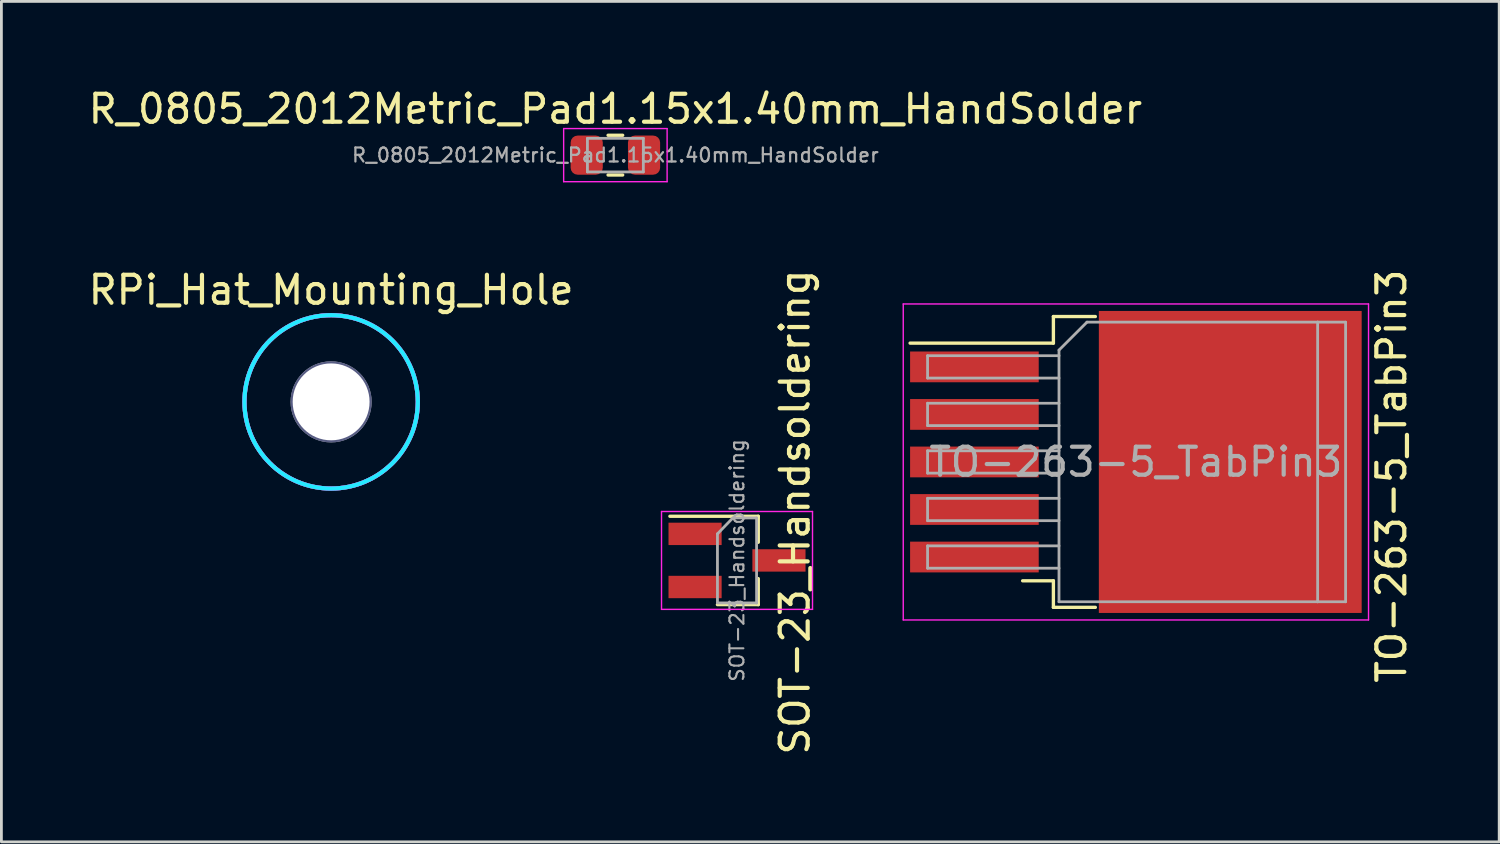
<source format=kicad_pcb>
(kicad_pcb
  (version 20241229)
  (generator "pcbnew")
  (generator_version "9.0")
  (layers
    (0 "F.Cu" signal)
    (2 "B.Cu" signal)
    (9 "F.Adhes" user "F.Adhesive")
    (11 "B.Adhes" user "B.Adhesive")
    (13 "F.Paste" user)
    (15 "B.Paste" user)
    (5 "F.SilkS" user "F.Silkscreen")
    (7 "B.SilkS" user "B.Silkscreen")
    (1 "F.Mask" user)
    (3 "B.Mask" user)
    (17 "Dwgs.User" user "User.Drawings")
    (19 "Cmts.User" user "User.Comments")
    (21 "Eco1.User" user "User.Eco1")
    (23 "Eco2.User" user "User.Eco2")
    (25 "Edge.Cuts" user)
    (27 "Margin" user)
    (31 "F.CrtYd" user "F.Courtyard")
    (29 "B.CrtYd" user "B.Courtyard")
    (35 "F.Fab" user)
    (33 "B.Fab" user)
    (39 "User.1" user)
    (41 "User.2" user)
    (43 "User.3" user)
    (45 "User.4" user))
  (footprint "SOT-23_Handsoldering"
    (layer "F.Cu")
    (at 23.308 16.993)
    (property "Reference" "SOT-23_Handsoldering" (at 2.072 -1.728 90) (layer "F.SilkS") (effects (font (size 1 1) (thickness 0.15))))
    (attr smd)
    (fp_line (start 0.76 -1.58) (end -2.4 -1.58) (stroke (width 0.12) (type solid)) (layer "F.SilkS"))
    (fp_line (start 0.76 -1.58) (end 0.76 -0.65) (stroke (width 0.12) (type solid)) (layer "F.SilkS"))
    (fp_line (start 0.76 1.58) (end -0.7 1.58) (stroke (width 0.12) (type solid)) (layer "F.SilkS"))
    (fp_line (start 0.76 1.58) (end 0.76 0.65) (stroke (width 0.12) (type solid)) (layer "F.SilkS"))
    (fp_line (start -2.7 -1.75) (end 2.7 -1.75) (stroke (width 0.05) (type solid)) (layer "F.CrtYd"))
    (fp_line (start -2.7 1.75) (end -2.7 -1.75) (stroke (width 0.05) (type solid)) (layer "F.CrtYd"))
    (fp_line (start 2.7 -1.75) (end 2.7 1.75) (stroke (width 0.05) (type solid)) (layer "F.CrtYd"))
    (fp_line (start 2.7 1.75) (end -2.7 1.75) (stroke (width 0.05) (type solid)) (layer "F.CrtYd"))
    (fp_line (start -0.7 -0.95) (end -0.7 1.5) (stroke (width 0.1) (type solid)) (layer "F.Fab"))
    (fp_line (start -0.7 -0.95) (end -0.15 -1.52) (stroke (width 0.1) (type solid)) (layer "F.Fab"))
    (fp_line (start -0.7 1.52) (end 0.7 1.52) (stroke (width 0.1) (type solid)) (layer "F.Fab"))
    (fp_line (start -0.15 -1.52) (end 0.7 -1.52) (stroke (width 0.1) (type solid)) (layer "F.Fab"))
    (fp_line (start 0.7 -1.52) (end 0.7 1.52) (stroke (width 0.1) (type solid)) (layer "F.Fab"))
    (fp_text user "${REFERENCE}" (at 0 0 90) (layer "F.Fab") (effects (font (size 0.5 0.5) (thickness 0.075))))
    (pad "1" smd rect (at -1.5 -0.95) (size 1.9 0.8) (layers "F.Cu" "F.Mask" "F.Paste"))
    (pad "2" smd rect (at -1.5 0.95) (size 1.9 0.8) (layers "F.Cu" "F.Mask" "F.Paste"))
    (pad "3" smd rect (at 1.5 0) (size 1.9 0.8) (layers "F.Cu" "F.Mask" "F.Paste")))
  (footprint "RPi_Hat_Mounting_Hole"
    (layer "F.Cu")
    (at 8.792 11.322)
    (property "Reference" "RPi_Hat_Mounting_Hole" (at 0 -4 0) (layer "F.SilkS") (effects (font (size 1 1) (thickness 0.15))))
    (attr through_hole)
    (fp_circle (center 0 0) (end 3.1 0) (stroke (width 0.15) (type solid)) (fill no) (layer "B.CrtYd"))
    (fp_circle (center 0 0) (end 3.1 0) (stroke (width 0.15) (type solid)) (fill no) (layer "F.CrtYd"))
    (fp_circle (center 0 0) (end 1.375 0) (stroke (width 0.15) (type solid)) (fill no) (layer "B.Fab"))
    (fp_circle (center 0 0) (end 3.1 0) (stroke (width 0.15) (type solid)) (fill no) (layer "B.Fab"))
    (fp_circle (center 0 0) (end 1.375 0) (stroke (width 0.15) (type solid)) (fill no) (layer "F.Fab"))
    (fp_circle (center 0 0) (end 3.1 0) (stroke (width 0.15) (type solid)) (fill no) (layer "F.Fab"))
    (pad "" np_thru_hole circle (at 0 0) (size 2.75 2.75) (drill 2.75) (layers "*.Cu" "*.Mask")))
  (footprint "TO-263-5_TabPin3"
    (layer "F.Cu")
    (at 37.573 13.471)
    (property "Reference" "TO-263-5_TabPin3" (at 9.144 0.508 90) (layer "F.SilkS") (effects (font (size 1 1) (thickness 0.15))))
    (attr smd)
    (fp_line (start -2.95 -5.2) (end -2.95 -4.25) (stroke (width 0.12) (type solid)) (layer "F.SilkS"))
    (fp_line (start -2.95 -4.25) (end -8.075 -4.25) (stroke (width 0.12) (type solid)) (layer "F.SilkS"))
    (fp_line (start -2.95 4.25) (end -4.05 4.25) (stroke (width 0.12) (type solid)) (layer "F.SilkS"))
    (fp_line (start -2.95 5.2) (end -2.95 4.25) (stroke (width 0.12) (type solid)) (layer "F.SilkS"))
    (fp_line (start -1.45 -5.2) (end -2.95 -5.2) (stroke (width 0.12) (type solid)) (layer "F.SilkS"))
    (fp_line (start -1.45 5.2) (end -2.95 5.2) (stroke (width 0.12) (type solid)) (layer "F.SilkS"))
    (fp_line (start -8.32 -5.65) (end -8.32 5.65) (stroke (width 0.05) (type solid)) (layer "F.CrtYd"))
    (fp_line (start -8.32 5.65) (end 8.32 5.65) (stroke (width 0.05) (type solid)) (layer "F.CrtYd"))
    (fp_line (start 8.32 -5.65) (end -8.32 -5.65) (stroke (width 0.05) (type solid)) (layer "F.CrtYd"))
    (fp_line (start 8.32 5.65) (end 8.32 -5.65) (stroke (width 0.05) (type solid)) (layer "F.CrtYd"))
    (fp_line (start -7.45 -3.8) (end -7.45 -3) (stroke (width 0.1) (type solid)) (layer "F.Fab"))
    (fp_line (start -7.45 -3) (end -2.75 -3) (stroke (width 0.1) (type solid)) (layer "F.Fab"))
    (fp_line (start -7.45 -2.1) (end -7.45 -1.3) (stroke (width 0.1) (type solid)) (layer "F.Fab"))
    (fp_line (start -7.45 -1.3) (end -2.75 -1.3) (stroke (width 0.1) (type solid)) (layer "F.Fab"))
    (fp_line (start -7.45 -0.4) (end -7.45 0.4) (stroke (width 0.1) (type solid)) (layer "F.Fab"))
    (fp_line (start -7.45 0.4) (end -2.75 0.4) (stroke (width 0.1) (type solid)) (layer "F.Fab"))
    (fp_line (start -7.45 1.3) (end -7.45 2.1) (stroke (width 0.1) (type solid)) (layer "F.Fab"))
    (fp_line (start -7.45 2.1) (end -2.75 2.1) (stroke (width 0.1) (type solid)) (layer "F.Fab"))
    (fp_line (start -7.45 3) (end -7.45 3.8) (stroke (width 0.1) (type solid)) (layer "F.Fab"))
    (fp_line (start -7.45 3.8) (end -2.75 3.8) (stroke (width 0.1) (type solid)) (layer "F.Fab"))
    (fp_line (start -2.75 -4) (end -1.75 -5) (stroke (width 0.1) (type solid)) (layer "F.Fab"))
    (fp_line (start -2.75 -3.8) (end -7.45 -3.8) (stroke (width 0.1) (type solid)) (layer "F.Fab"))
    (fp_line (start -2.75 -2.1) (end -7.45 -2.1) (stroke (width 0.1) (type solid)) (layer "F.Fab"))
    (fp_line (start -2.75 -0.4) (end -7.45 -0.4) (stroke (width 0.1) (type solid)) (layer "F.Fab"))
    (fp_line (start -2.75 1.3) (end -7.45 1.3) (stroke (width 0.1) (type solid)) (layer "F.Fab"))
    (fp_line (start -2.75 3) (end -7.45 3) (stroke (width 0.1) (type solid)) (layer "F.Fab"))
    (fp_line (start -2.75 5) (end -2.75 -4) (stroke (width 0.1) (type solid)) (layer "F.Fab"))
    (fp_line (start -1.75 -5) (end 6.5 -5) (stroke (width 0.1) (type solid)) (layer "F.Fab"))
    (fp_line (start 6.5 -5) (end 6.5 5) (stroke (width 0.1) (type solid)) (layer "F.Fab"))
    (fp_line (start 6.5 -5) (end 7.5 -5) (stroke (width 0.1) (type solid)) (layer "F.Fab"))
    (fp_line (start 6.5 5) (end -2.75 5) (stroke (width 0.1) (type solid)) (layer "F.Fab"))
    (fp_line (start 7.5 -5) (end 7.5 5) (stroke (width 0.1) (type solid)) (layer "F.Fab"))
    (fp_line (start 7.5 5) (end 6.5 5) (stroke (width 0.1) (type solid)) (layer "F.Fab"))
    (fp_text user "${REFERENCE}" (at 0 0 0) (layer "F.Fab") (effects (font (size 1 1) (thickness 0.15))))
    (pad "" smd rect (at 0.95 -2.775) (size 4.55 5.25) (layers "F.Paste"))
    (pad "" smd rect (at 0.95 2.775) (size 4.55 5.25) (layers "F.Paste"))
    (pad "" smd rect (at 5.8 -2.775) (size 4.55 5.25) (layers "F.Paste"))
    (pad "" smd rect (at 5.8 2.775) (size 4.55 5.25) (layers "F.Paste"))
    (pad "1" smd rect (at -5.775 -3.4) (size 4.6 1.1) (layers "F.Cu" "F.Mask" "F.Paste"))
    (pad "2" smd rect (at -5.775 -1.7) (size 4.6 1.1) (layers "F.Cu" "F.Mask" "F.Paste"))
    (pad "3" smd rect (at -5.775 0) (size 4.6 1.1) (layers "F.Cu" "F.Mask" "F.Paste"))
    (pad "3" smd rect (at 3.375 0) (size 9.4 10.8) (layers "F.Cu" "F.Mask"))
    (pad "4" smd rect (at -5.775 1.7) (size 4.6 1.1) (layers "F.Cu" "F.Mask" "F.Paste"))
    (pad "5" smd rect (at -5.775 3.4) (size 4.6 1.1) (layers "F.Cu" "F.Mask" "F.Paste")))
  (footprint "R_0805_2012Metric_Pad1.15x1.40mm_HandSolder"
    (layer "F.Cu")
    (at 18.958 2.498)
    (property "Reference" "R_0805_2012Metric_Pad1.15x1.40mm_HandSolder" (at 0 -1.65 0) (layer "F.SilkS") (effects (font (size 1 1) (thickness 0.15))))
    (attr smd)
    (fp_line (start -0.261 -0.71) (end 0.261 -0.71) (stroke (width 0.12) (type solid)) (layer "F.SilkS"))
    (fp_line (start -0.261 0.71) (end 0.261 0.71) (stroke (width 0.12) (type solid)) (layer "F.SilkS"))
    (fp_line (start -1.85 -0.95) (end 1.85 -0.95) (stroke (width 0.05) (type solid)) (layer "F.CrtYd"))
    (fp_line (start -1.85 0.95) (end -1.85 -0.95) (stroke (width 0.05) (type solid)) (layer "F.CrtYd"))
    (fp_line (start 1.85 -0.95) (end 1.85 0.95) (stroke (width 0.05) (type solid)) (layer "F.CrtYd"))
    (fp_line (start 1.85 0.95) (end -1.85 0.95) (stroke (width 0.05) (type solid)) (layer "F.CrtYd"))
    (fp_line (start -1 -0.6) (end 1 -0.6) (stroke (width 0.1) (type solid)) (layer "F.Fab"))
    (fp_line (start -1 0.6) (end -1 -0.6) (stroke (width 0.1) (type solid)) (layer "F.Fab"))
    (fp_line (start 1 -0.6) (end 1 0.6) (stroke (width 0.1) (type solid)) (layer "F.Fab"))
    (fp_line (start 1 0.6) (end -1 0.6) (stroke (width 0.1) (type solid)) (layer "F.Fab"))
    (fp_text user "${REFERENCE}" (at 0 0 0) (layer "F.Fab") (effects (font (size 0.5 0.5) (thickness 0.08))))
    (pad "1" smd roundrect (at -1.025 0) (size 1.15 1.4) (layers "F.Cu" "F.Mask" "F.Paste") (roundrect_rratio 0.217))
    (pad "2" smd roundrect (at 1.025 0) (size 1.15 1.4) (layers "F.Cu" "F.Mask" "F.Paste") (roundrect_rratio 0.217)))
  (gr_rect
    (start -3 -3)
    (end 50.566 27.057)
    (stroke (width 0.1) (type default))
    (fill no)
    (layer "Edge.Cuts")))
</source>
